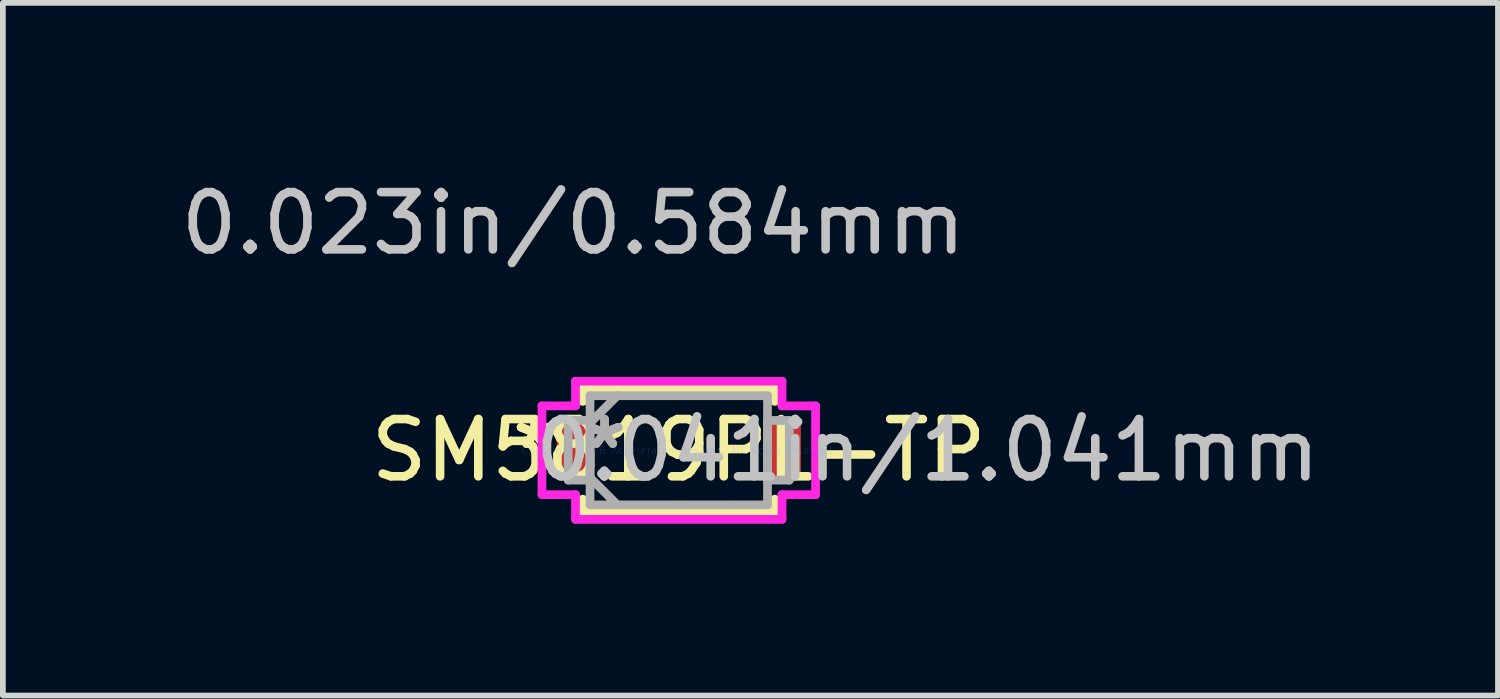
<source format=kicad_pcb>
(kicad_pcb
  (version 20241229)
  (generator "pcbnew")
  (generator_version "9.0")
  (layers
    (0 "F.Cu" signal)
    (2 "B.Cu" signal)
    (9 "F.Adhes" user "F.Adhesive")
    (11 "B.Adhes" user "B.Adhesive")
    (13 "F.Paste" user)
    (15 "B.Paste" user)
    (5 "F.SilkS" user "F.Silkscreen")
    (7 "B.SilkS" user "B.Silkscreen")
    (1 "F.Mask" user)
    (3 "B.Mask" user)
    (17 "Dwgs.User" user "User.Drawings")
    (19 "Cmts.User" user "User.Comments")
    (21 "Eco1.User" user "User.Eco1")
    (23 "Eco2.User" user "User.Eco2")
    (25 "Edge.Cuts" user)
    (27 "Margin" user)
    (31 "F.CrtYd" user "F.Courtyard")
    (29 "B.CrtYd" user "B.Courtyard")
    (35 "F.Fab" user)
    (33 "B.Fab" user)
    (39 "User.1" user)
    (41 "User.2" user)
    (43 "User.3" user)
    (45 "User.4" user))
  (footprint "SM5819PL-TP"
    (layer "F.Cu")
    (at 8.8 4.811)
    (property "Reference" "SM5819PL-TP" (at 0 0 0) (layer "F.SilkS") (effects (font (size 1 1) (thickness 0.15))))
    (attr through_hole)
    (fp_line (start -1.676 -1.079) (end -1.676 -0.853) (stroke (width 0.152) (type solid)) (layer "F.SilkS"))
    (fp_line (start -1.676 0.853) (end -1.676 1.079) (stroke (width 0.152) (type solid)) (layer "F.SilkS"))
    (fp_line (start -1.676 1.079) (end 1.676 1.079) (stroke (width 0.152) (type solid)) (layer "F.SilkS"))
    (fp_line (start 1.676 -1.079) (end -1.676 -1.079) (stroke (width 0.152) (type solid)) (layer "F.SilkS"))
    (fp_line (start 1.676 -0.853) (end 1.676 -1.079) (stroke (width 0.152) (type solid)) (layer "F.SilkS"))
    (fp_line (start 1.676 1.079) (end 1.676 0.853) (stroke (width 0.152) (type solid)) (layer "F.SilkS"))
    (fp_line (start -2.388 -0.775) (end -1.803 -0.775) (stroke (width 0.152) (type solid)) (layer "F.CrtYd"))
    (fp_line (start -2.388 0.775) (end -2.388 -0.775) (stroke (width 0.152) (type solid)) (layer "F.CrtYd"))
    (fp_line (start -1.803 -1.206) (end 1.803 -1.206) (stroke (width 0.152) (type solid)) (layer "F.CrtYd"))
    (fp_line (start -1.803 -0.775) (end -1.803 -1.206) (stroke (width 0.152) (type solid)) (layer "F.CrtYd"))
    (fp_line (start -1.803 0.775) (end -2.388 0.775) (stroke (width 0.152) (type solid)) (layer "F.CrtYd"))
    (fp_line (start -1.803 1.206) (end -1.803 0.775) (stroke (width 0.152) (type solid)) (layer "F.CrtYd"))
    (fp_line (start 1.803 -1.206) (end 1.803 -0.775) (stroke (width 0.152) (type solid)) (layer "F.CrtYd"))
    (fp_line (start 1.803 -0.775) (end 2.388 -0.775) (stroke (width 0.152) (type solid)) (layer "F.CrtYd"))
    (fp_line (start 1.803 0.775) (end 1.803 1.206) (stroke (width 0.152) (type solid)) (layer "F.CrtYd"))
    (fp_line (start 1.803 1.206) (end -1.803 1.206) (stroke (width 0.152) (type solid)) (layer "F.CrtYd"))
    (fp_line (start 2.388 -0.775) (end 2.388 0.775) (stroke (width 0.152) (type solid)) (layer "F.CrtYd"))
    (fp_line (start 2.388 0.775) (end 1.803 0.775) (stroke (width 0.152) (type solid)) (layer "F.CrtYd"))
    (fp_line (start -1.93 -0.521) (end -1.93 0.521) (stroke (width 0.152) (type solid)) (layer "F.Fab"))
    (fp_line (start -1.93 0.521) (end -1.549 0.521) (stroke (width 0.152) (type solid)) (layer "F.Fab"))
    (fp_line (start -1.549 -0.953) (end -1.549 0.953) (stroke (width 0.152) (type solid)) (layer "F.Fab"))
    (fp_line (start -1.549 -0.521) (end -1.93 -0.521) (stroke (width 0.152) (type solid)) (layer "F.Fab"))
    (fp_line (start -1.549 -0.476) (end -1.073 -0.953) (stroke (width 0.152) (type solid)) (layer "F.Fab"))
    (fp_line (start -1.549 0.476) (end -1.073 0.953) (stroke (width 0.152) (type solid)) (layer "F.Fab"))
    (fp_line (start -1.549 0.521) (end -1.549 -0.521) (stroke (width 0.152) (type solid)) (layer "F.Fab"))
    (fp_line (start -1.549 0.953) (end 1.549 0.953) (stroke (width 0.152) (type solid)) (layer "F.Fab"))
    (fp_line (start 1.549 -0.953) (end -1.549 -0.953) (stroke (width 0.152) (type solid)) (layer "F.Fab"))
    (fp_line (start 1.549 -0.521) (end 1.549 0.521) (stroke (width 0.152) (type solid)) (layer "F.Fab"))
    (fp_line (start 1.549 0.521) (end 1.93 0.521) (stroke (width 0.152) (type solid)) (layer "F.Fab"))
    (fp_line (start 1.549 0.953) (end 1.549 -0.953) (stroke (width 0.152) (type solid)) (layer "F.Fab"))
    (fp_line (start 1.93 -0.521) (end 1.549 -0.521) (stroke (width 0.152) (type solid)) (layer "F.Fab"))
    (fp_line (start 1.93 0.521) (end 1.93 -0.521) (stroke (width 0.152) (type solid)) (layer "F.Fab"))
    (fp_text user "*" (at -2.515 0 0) (layer "F.SilkS") (effects (font (size 1 1) (thickness 0.15))))
    (fp_text user "*" (at -2.515 0 0) (layer "F.SilkS") (effects (font (size 1 1) (thickness 0.15))))
    (fp_text user "0.023in/0.584mm" (at -1.841 -3.962 0) (layer "Dwgs.User") (effects (font (size 1 1) (thickness 0.15))))
    (fp_text user "0.041in/1.041mm" (at 4.343 0 0) (layer "Dwgs.User") (effects (font (size 1 1) (thickness 0.15))))
    (fp_text user "Copyright 2016 Accelerated Designs. All rights reserved." (at 0 0 0) (layer "Cmts.User") (effects (font (size 0.127 0.127) (thickness 0.002))))
    (fp_text user "*" (at -1.295 0 0) (layer "F.Fab") (effects (font (size 1 1) (thickness 0.15))))
    (fp_text user "*" (at -1.295 0 0) (layer "F.Fab") (effects (font (size 1 1) (thickness 0.15))))
    (pad "1" smd rect (at -1.841 0) (size 0.584 1.041) (layers "F.Cu" "F.Mask" "F.Paste"))
    (pad "2" smd rect (at 1.841 0) (size 0.584 1.041) (layers "F.Cu" "F.Mask" "F.Paste")))
  (gr_rect
    (start -3 -3)
    (end 23.102 9.093)
    (stroke (width 0.1) (type default))
    (fill no)
    (layer "Edge.Cuts")))
</source>
